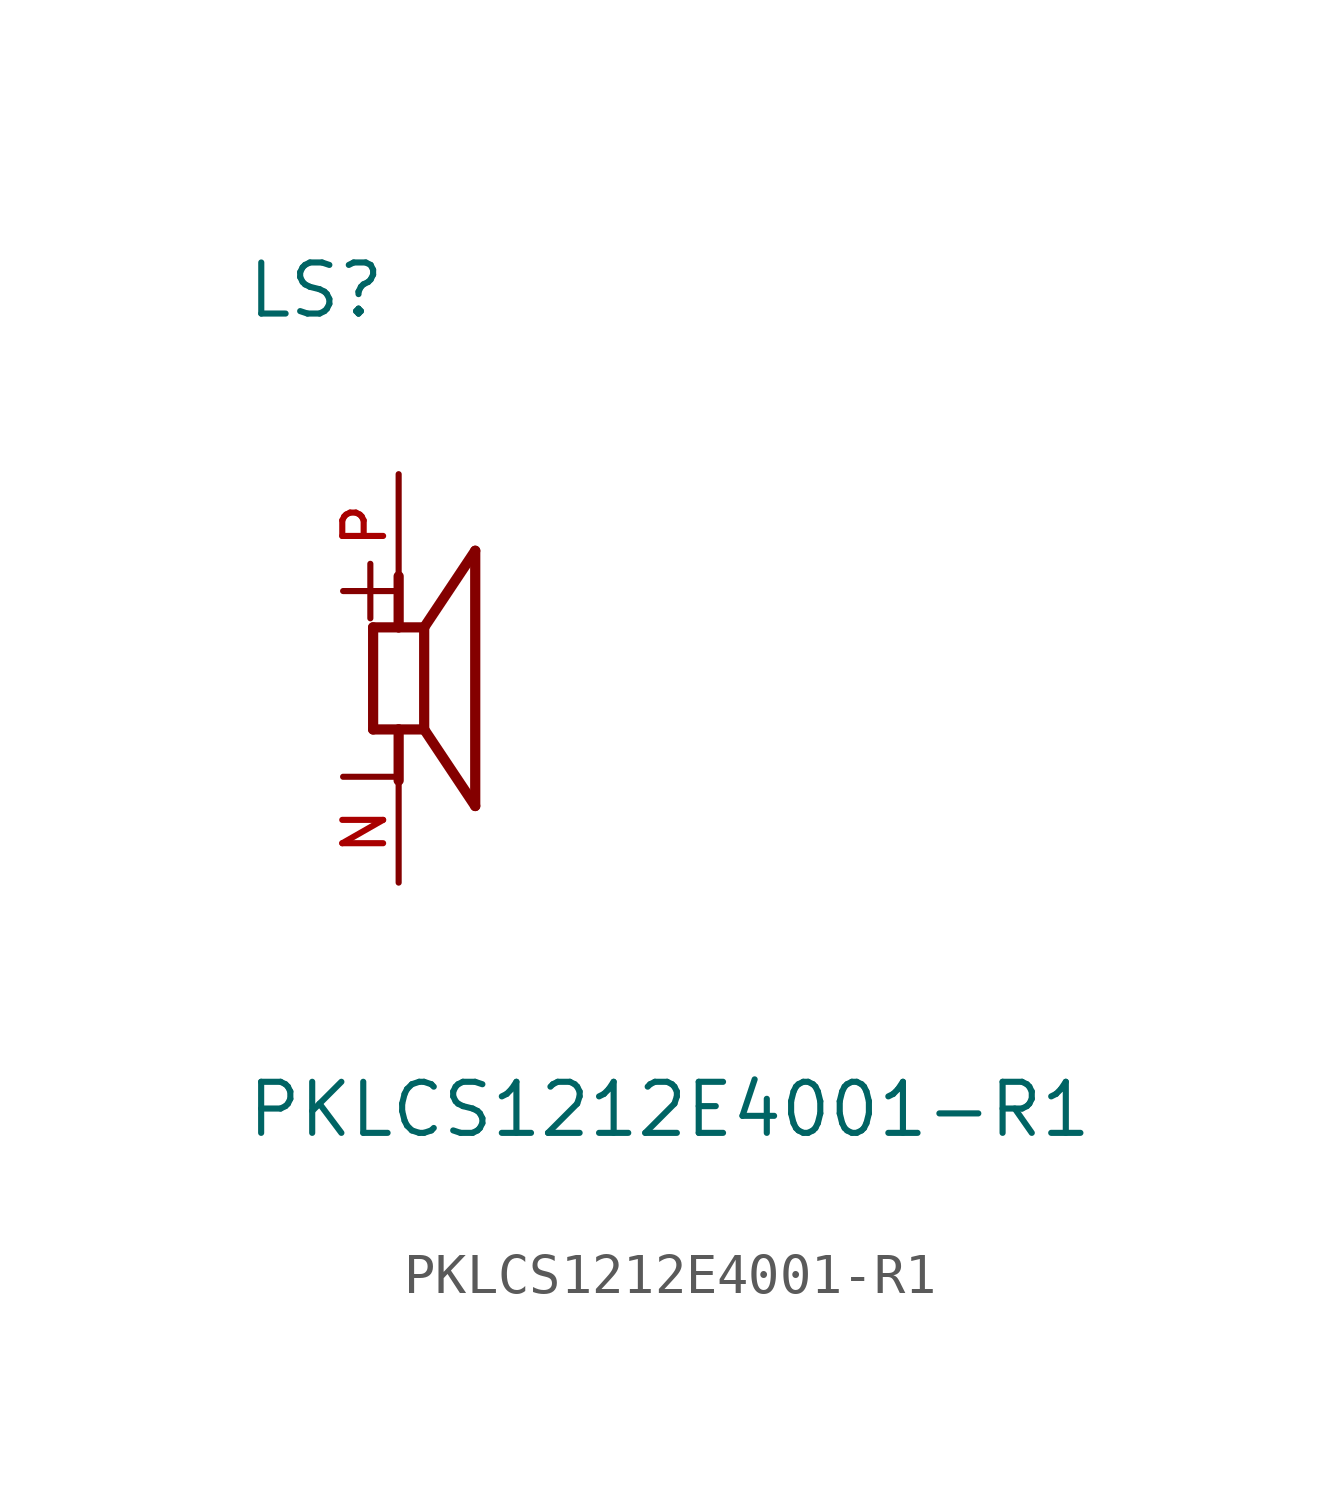
<source format=kicad_sym>
(kicad_symbol_lib
  (version 20211014)
  (generator kicad_symbol_editor)
  (symbol "PKLCS1212E4001-R1"
    (pin_names
      (offset 1.016))
    (property "Reference" "LS"
      (at -3.82 8.913 0)
      (effects (font (size 1.27 1.27)) (justify bottom left)))
    (property "Value" "PKLCS1212E4001-R1"
      (at -3.823 -11.469 0)
      (effects (font (size 1.27 1.27)) (justify bottom left)))
    (symbol "PKLCS1212E4001-R1_0_0"
      (polyline (pts (xy -0.635 1.27) (xy 0.0 1.27)) (stroke (width 0.254)))
      (polyline (pts (xy 0.0 1.27) (xy 0.635 1.27)) (stroke (width 0.254)))
      (polyline (pts (xy 0.635 1.27) (xy 0.635 -1.27)) (stroke (width 0.254)))
      (polyline (pts (xy 0.635 -1.27) (xy 0.0 -1.27)) (stroke (width 0.254)))
      (polyline (pts (xy 0.0 -1.27) (xy -0.635 -1.27)) (stroke (width 0.254)))
      (polyline (pts (xy -0.635 -1.27) (xy -0.635 1.27)) (stroke (width 0.254)))
      (polyline (pts (xy 0.635 1.27) (xy 1.905 3.175)) (stroke (width 0.254)))
      (polyline (pts (xy 1.905 3.175) (xy 1.905 -3.175)) (stroke (width 0.254)))
      (polyline (pts (xy 1.905 -3.175) (xy 0.635 -1.27)) (stroke (width 0.254)))
      (polyline (pts (xy 0.0 1.27) (xy 0.0 2.54)) (stroke (width 0.254)))
      (polyline (pts (xy 0.0 -1.27) (xy 0.0 -2.54)) (stroke (width 0.254)))
      (text "+" (at -1.905 1.27 0) (effects (font (size 1.778 1.778)) (justify bottom left)))
      (text "-" (at -1.905 -1.27 0) (effects (font (size 1.778 1.778)) (justify top left)))
      (pin passive line (at 0.0 5.08 270.0) (length 2.54) (name "~" (effects (font (size 1.016 1.016)))) (number "P" (effects (font (size 1.016 1.016)))))
      (pin passive line (at 0.0 -5.08 90.0) (length 2.54) (name "~" (effects (font (size 1.016 1.016)))) (number "N" (effects (font (size 1.016 1.016))))))))
</source>
